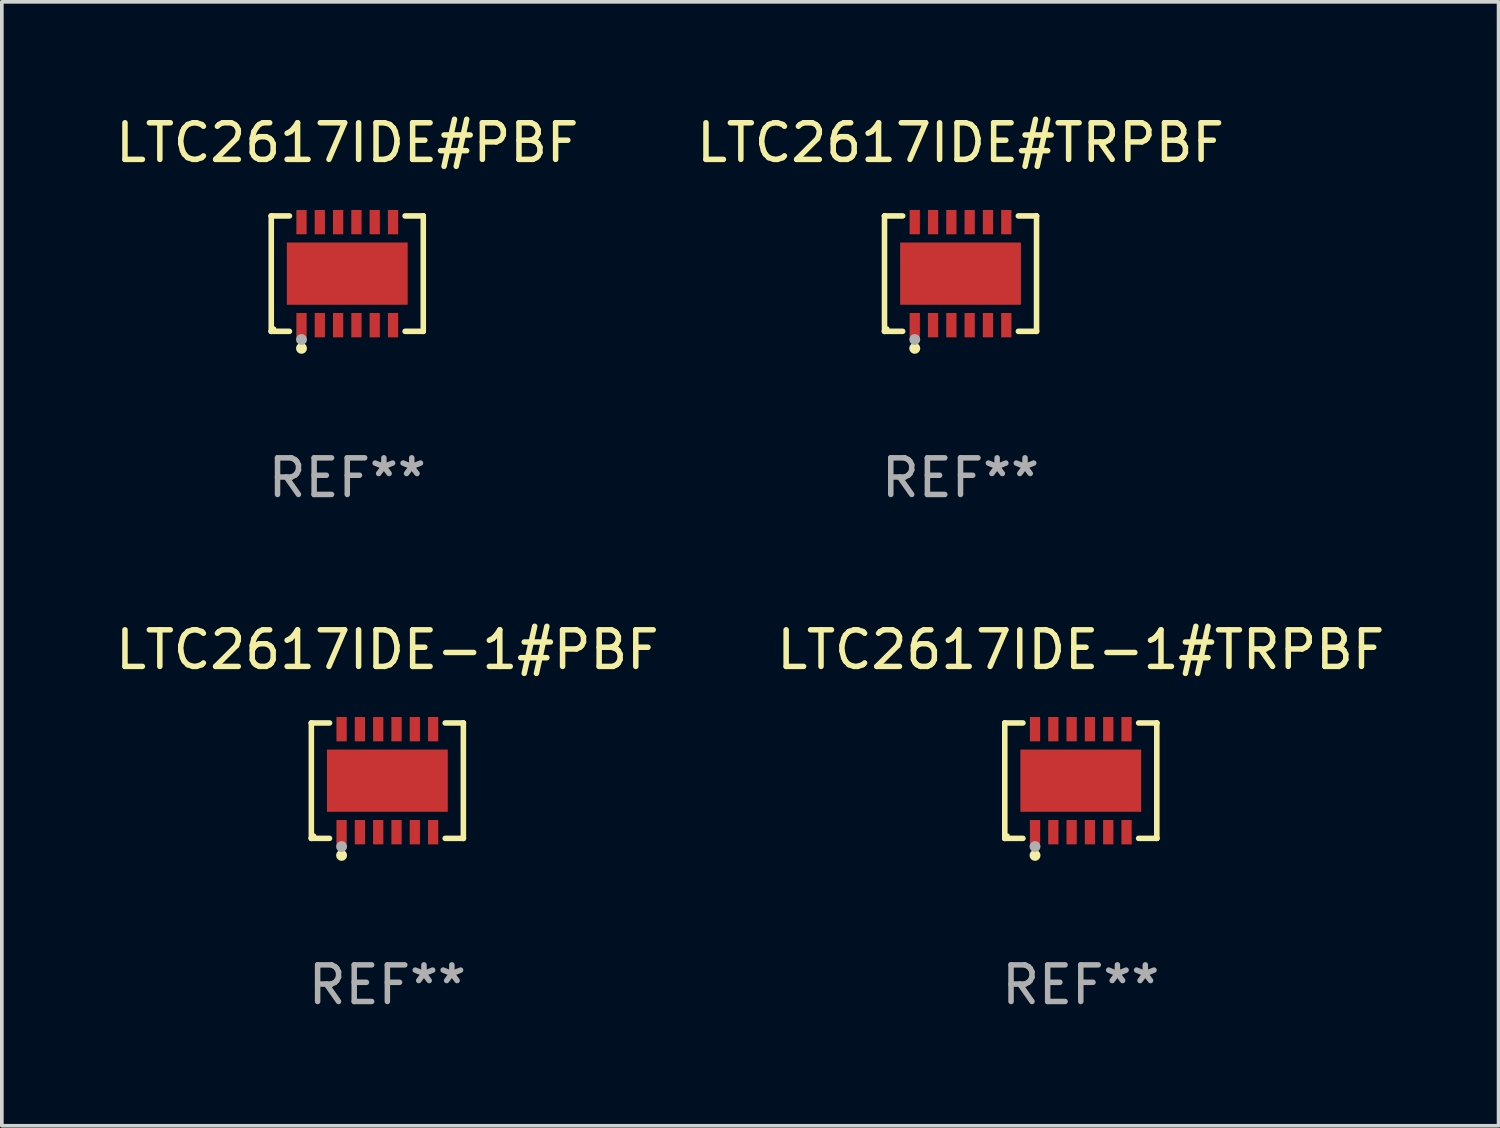
<source format=kicad_pcb>
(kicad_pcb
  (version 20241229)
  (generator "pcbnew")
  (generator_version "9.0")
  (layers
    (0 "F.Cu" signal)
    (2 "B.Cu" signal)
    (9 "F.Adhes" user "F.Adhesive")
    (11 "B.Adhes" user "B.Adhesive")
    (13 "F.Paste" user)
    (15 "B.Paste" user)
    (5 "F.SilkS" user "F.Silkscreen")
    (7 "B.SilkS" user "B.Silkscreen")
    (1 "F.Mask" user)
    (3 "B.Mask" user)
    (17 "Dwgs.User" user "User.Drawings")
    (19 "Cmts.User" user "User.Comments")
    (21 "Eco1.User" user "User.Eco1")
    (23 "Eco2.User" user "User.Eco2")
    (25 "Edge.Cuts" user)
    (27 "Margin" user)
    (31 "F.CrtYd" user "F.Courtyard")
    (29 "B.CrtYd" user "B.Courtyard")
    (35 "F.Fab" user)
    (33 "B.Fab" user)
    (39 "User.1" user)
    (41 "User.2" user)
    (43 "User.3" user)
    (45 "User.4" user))
  (footprint "LTC2617IDE#PBF"
    (layer "F.Cu")
    (at 6.435 4.424)
    (property "Reference" "LTC2617IDE#PBF" (at 0 -3.576 0) (layer "F.SilkS") (effects (font (size 1 1) (thickness 0.15))))
    (attr through_hole)
    (fp_line (start -2.076 -1.576) (end -2.076 -1.576) (stroke (width 0.152) (type solid)) (layer "F.SilkS"))
    (fp_line (start -2.076 -1.576) (end -1.58 -1.576) (stroke (width 0.152) (type solid)) (layer "F.SilkS"))
    (fp_line (start -2.076 1.576) (end -2.076 -1.576) (stroke (width 0.152) (type solid)) (layer "F.SilkS"))
    (fp_line (start -2.076 1.576) (end -2.076 1.576) (stroke (width 0.152) (type solid)) (layer "F.SilkS"))
    (fp_line (start -1.58 1.576) (end -2.076 1.576) (stroke (width 0.152) (type solid)) (layer "F.SilkS"))
    (fp_line (start 1.58 1.576) (end 2.076 1.576) (stroke (width 0.152) (type solid)) (layer "F.SilkS"))
    (fp_line (start 2.076 -1.576) (end 1.58 -1.576) (stroke (width 0.152) (type solid)) (layer "F.SilkS"))
    (fp_line (start 2.076 -1.576) (end 2.076 -1.576) (stroke (width 0.152) (type solid)) (layer "F.SilkS"))
    (fp_line (start 2.076 1.576) (end 2.076 -1.576) (stroke (width 0.152) (type solid)) (layer "F.SilkS"))
    (fp_line (start 2.076 1.576) (end 2.076 1.576) (stroke (width 0.152) (type solid)) (layer "F.SilkS"))
    (fp_circle (center -2 1.5) (end -1.97 1.5) (stroke (width 0.06) (type solid)) (fill no) (layer "F.SilkS"))
    (fp_circle (center -1.25 2.04) (end -1.175 2.04) (stroke (width 0.15) (type solid)) (fill no) (layer "F.SilkS"))
    (fp_circle (center -1.25 1.8) (end -1.175 1.8) (stroke (width 0.15) (type solid)) (fill no) (layer "F.Fab"))
    (fp_text user "REF**" (at 0 5.576 0) (layer "F.Fab") (effects (font (size 1 1) (thickness 0.15))))
    (pad "1" smd rect (at -1.25 1.407) (size 0.28 0.665) (layers "F.Cu" "F.Mask" "F.Paste"))
    (pad "2" smd rect (at -0.75 1.407) (size 0.28 0.665) (layers "F.Cu" "F.Mask" "F.Paste"))
    (pad "3" smd rect (at -0.25 1.407) (size 0.28 0.665) (layers "F.Cu" "F.Mask" "F.Paste"))
    (pad "4" smd rect (at 0.25 1.407) (size 0.28 0.665) (layers "F.Cu" "F.Mask" "F.Paste"))
    (pad "5" smd rect (at 0.75 1.407) (size 0.28 0.665) (layers "F.Cu" "F.Mask" "F.Paste"))
    (pad "6" smd rect (at 1.25 1.407) (size 0.28 0.665) (layers "F.Cu" "F.Mask" "F.Paste"))
    (pad "7" smd rect (at 1.25 -1.407) (size 0.28 0.665) (layers "F.Cu" "F.Mask" "F.Paste"))
    (pad "8" smd rect (at 0.75 -1.407) (size 0.28 0.665) (layers "F.Cu" "F.Mask" "F.Paste"))
    (pad "9" smd rect (at 0.25 -1.407) (size 0.28 0.665) (layers "F.Cu" "F.Mask" "F.Paste"))
    (pad "10" smd rect (at -0.25 -1.407) (size 0.28 0.665) (layers "F.Cu" "F.Mask" "F.Paste"))
    (pad "11" smd rect (at -0.75 -1.407) (size 0.28 0.665) (layers "F.Cu" "F.Mask" "F.Paste"))
    (pad "12" smd rect (at -1.25 -1.407) (size 0.28 0.665) (layers "F.Cu" "F.Mask" "F.Paste"))
    (pad "13" smd rect (at 0 0) (size 3.3 1.7) (layers "F.Cu" "F.Mask" "F.Paste")))
  (footprint "LTC2617IDE-1#PBF"
    (layer "F.Cu")
    (at 7.53 18.273)
    (property "Reference" "LTC2617IDE-1#PBF" (at 0 -3.576 0) (layer "F.SilkS") (effects (font (size 1 1) (thickness 0.15))))
    (attr through_hole)
    (fp_line (start -2.076 -1.576) (end -2.076 -1.576) (stroke (width 0.152) (type solid)) (layer "F.SilkS"))
    (fp_line (start -2.076 -1.576) (end -1.58 -1.576) (stroke (width 0.152) (type solid)) (layer "F.SilkS"))
    (fp_line (start -2.076 1.576) (end -2.076 -1.576) (stroke (width 0.152) (type solid)) (layer "F.SilkS"))
    (fp_line (start -2.076 1.576) (end -2.076 1.576) (stroke (width 0.152) (type solid)) (layer "F.SilkS"))
    (fp_line (start -1.58 1.576) (end -2.076 1.576) (stroke (width 0.152) (type solid)) (layer "F.SilkS"))
    (fp_line (start 1.58 1.576) (end 2.076 1.576) (stroke (width 0.152) (type solid)) (layer "F.SilkS"))
    (fp_line (start 2.076 -1.576) (end 1.58 -1.576) (stroke (width 0.152) (type solid)) (layer "F.SilkS"))
    (fp_line (start 2.076 -1.576) (end 2.076 -1.576) (stroke (width 0.152) (type solid)) (layer "F.SilkS"))
    (fp_line (start 2.076 1.576) (end 2.076 -1.576) (stroke (width 0.152) (type solid)) (layer "F.SilkS"))
    (fp_line (start 2.076 1.576) (end 2.076 1.576) (stroke (width 0.152) (type solid)) (layer "F.SilkS"))
    (fp_circle (center -2 1.5) (end -1.97 1.5) (stroke (width 0.06) (type solid)) (fill no) (layer "F.SilkS"))
    (fp_circle (center -1.25 2.04) (end -1.175 2.04) (stroke (width 0.15) (type solid)) (fill no) (layer "F.SilkS"))
    (fp_circle (center -1.25 1.8) (end -1.175 1.8) (stroke (width 0.15) (type solid)) (fill no) (layer "F.Fab"))
    (fp_text user "REF**" (at 0 5.576 0) (layer "F.Fab") (effects (font (size 1 1) (thickness 0.15))))
    (pad "1" smd rect (at -1.25 1.407) (size 0.28 0.665) (layers "F.Cu" "F.Mask" "F.Paste"))
    (pad "2" smd rect (at -0.75 1.407) (size 0.28 0.665) (layers "F.Cu" "F.Mask" "F.Paste"))
    (pad "3" smd rect (at -0.25 1.407) (size 0.28 0.665) (layers "F.Cu" "F.Mask" "F.Paste"))
    (pad "4" smd rect (at 0.25 1.407) (size 0.28 0.665) (layers "F.Cu" "F.Mask" "F.Paste"))
    (pad "5" smd rect (at 0.75 1.407) (size 0.28 0.665) (layers "F.Cu" "F.Mask" "F.Paste"))
    (pad "6" smd rect (at 1.25 1.407) (size 0.28 0.665) (layers "F.Cu" "F.Mask" "F.Paste"))
    (pad "7" smd rect (at 1.25 -1.407) (size 0.28 0.665) (layers "F.Cu" "F.Mask" "F.Paste"))
    (pad "8" smd rect (at 0.75 -1.407) (size 0.28 0.665) (layers "F.Cu" "F.Mask" "F.Paste"))
    (pad "9" smd rect (at 0.25 -1.407) (size 0.28 0.665) (layers "F.Cu" "F.Mask" "F.Paste"))
    (pad "10" smd rect (at -0.25 -1.407) (size 0.28 0.665) (layers "F.Cu" "F.Mask" "F.Paste"))
    (pad "11" smd rect (at -0.75 -1.407) (size 0.28 0.665) (layers "F.Cu" "F.Mask" "F.Paste"))
    (pad "12" smd rect (at -1.25 -1.407) (size 0.28 0.665) (layers "F.Cu" "F.Mask" "F.Paste"))
    (pad "13" smd rect (at 0 0) (size 3.3 1.7) (layers "F.Cu" "F.Mask" "F.Paste")))
  (footprint "LTC2617IDE-1#TRPBF"
    (layer "F.Cu")
    (at 26.47 18.273)
    (property "Reference" "LTC2617IDE-1#TRPBF" (at 0 -3.576 0) (layer "F.SilkS") (effects (font (size 1 1) (thickness 0.15))))
    (attr through_hole)
    (fp_line (start -2.076 -1.576) (end -2.076 -1.576) (stroke (width 0.152) (type solid)) (layer "F.SilkS"))
    (fp_line (start -2.076 -1.576) (end -1.58 -1.576) (stroke (width 0.152) (type solid)) (layer "F.SilkS"))
    (fp_line (start -2.076 1.576) (end -2.076 -1.576) (stroke (width 0.152) (type solid)) (layer "F.SilkS"))
    (fp_line (start -2.076 1.576) (end -2.076 1.576) (stroke (width 0.152) (type solid)) (layer "F.SilkS"))
    (fp_line (start -1.58 1.576) (end -2.076 1.576) (stroke (width 0.152) (type solid)) (layer "F.SilkS"))
    (fp_line (start 1.58 1.576) (end 2.076 1.576) (stroke (width 0.152) (type solid)) (layer "F.SilkS"))
    (fp_line (start 2.076 -1.576) (end 1.58 -1.576) (stroke (width 0.152) (type solid)) (layer "F.SilkS"))
    (fp_line (start 2.076 -1.576) (end 2.076 -1.576) (stroke (width 0.152) (type solid)) (layer "F.SilkS"))
    (fp_line (start 2.076 1.576) (end 2.076 -1.576) (stroke (width 0.152) (type solid)) (layer "F.SilkS"))
    (fp_line (start 2.076 1.576) (end 2.076 1.576) (stroke (width 0.152) (type solid)) (layer "F.SilkS"))
    (fp_circle (center -2 1.5) (end -1.97 1.5) (stroke (width 0.06) (type solid)) (fill no) (layer "F.SilkS"))
    (fp_circle (center -1.25 2.04) (end -1.175 2.04) (stroke (width 0.15) (type solid)) (fill no) (layer "F.SilkS"))
    (fp_circle (center -1.25 1.8) (end -1.175 1.8) (stroke (width 0.15) (type solid)) (fill no) (layer "F.Fab"))
    (fp_text user "REF**" (at 0 5.576 0) (layer "F.Fab") (effects (font (size 1 1) (thickness 0.15))))
    (pad "1" smd rect (at -1.25 1.407) (size 0.28 0.665) (layers "F.Cu" "F.Mask" "F.Paste"))
    (pad "2" smd rect (at -0.75 1.407) (size 0.28 0.665) (layers "F.Cu" "F.Mask" "F.Paste"))
    (pad "3" smd rect (at -0.25 1.407) (size 0.28 0.665) (layers "F.Cu" "F.Mask" "F.Paste"))
    (pad "4" smd rect (at 0.25 1.407) (size 0.28 0.665) (layers "F.Cu" "F.Mask" "F.Paste"))
    (pad "5" smd rect (at 0.75 1.407) (size 0.28 0.665) (layers "F.Cu" "F.Mask" "F.Paste"))
    (pad "6" smd rect (at 1.25 1.407) (size 0.28 0.665) (layers "F.Cu" "F.Mask" "F.Paste"))
    (pad "7" smd rect (at 1.25 -1.407) (size 0.28 0.665) (layers "F.Cu" "F.Mask" "F.Paste"))
    (pad "8" smd rect (at 0.75 -1.407) (size 0.28 0.665) (layers "F.Cu" "F.Mask" "F.Paste"))
    (pad "9" smd rect (at 0.25 -1.407) (size 0.28 0.665) (layers "F.Cu" "F.Mask" "F.Paste"))
    (pad "10" smd rect (at -0.25 -1.407) (size 0.28 0.665) (layers "F.Cu" "F.Mask" "F.Paste"))
    (pad "11" smd rect (at -0.75 -1.407) (size 0.28 0.665) (layers "F.Cu" "F.Mask" "F.Paste"))
    (pad "12" smd rect (at -1.25 -1.407) (size 0.28 0.665) (layers "F.Cu" "F.Mask" "F.Paste"))
    (pad "13" smd rect (at 0 0) (size 3.3 1.7) (layers "F.Cu" "F.Mask" "F.Paste")))
  (footprint "LTC2617IDE#TRPBF"
    (layer "F.Cu")
    (at 23.185 4.424)
    (property "Reference" "LTC2617IDE#TRPBF" (at 0 -3.576 0) (layer "F.SilkS") (effects (font (size 1 1) (thickness 0.15))))
    (attr through_hole)
    (fp_line (start -2.076 -1.576) (end -2.076 -1.576) (stroke (width 0.152) (type solid)) (layer "F.SilkS"))
    (fp_line (start -2.076 -1.576) (end -1.58 -1.576) (stroke (width 0.152) (type solid)) (layer "F.SilkS"))
    (fp_line (start -2.076 1.576) (end -2.076 -1.576) (stroke (width 0.152) (type solid)) (layer "F.SilkS"))
    (fp_line (start -2.076 1.576) (end -2.076 1.576) (stroke (width 0.152) (type solid)) (layer "F.SilkS"))
    (fp_line (start -1.58 1.576) (end -2.076 1.576) (stroke (width 0.152) (type solid)) (layer "F.SilkS"))
    (fp_line (start 1.58 1.576) (end 2.076 1.576) (stroke (width 0.152) (type solid)) (layer "F.SilkS"))
    (fp_line (start 2.076 -1.576) (end 1.58 -1.576) (stroke (width 0.152) (type solid)) (layer "F.SilkS"))
    (fp_line (start 2.076 -1.576) (end 2.076 -1.576) (stroke (width 0.152) (type solid)) (layer "F.SilkS"))
    (fp_line (start 2.076 1.576) (end 2.076 -1.576) (stroke (width 0.152) (type solid)) (layer "F.SilkS"))
    (fp_line (start 2.076 1.576) (end 2.076 1.576) (stroke (width 0.152) (type solid)) (layer "F.SilkS"))
    (fp_circle (center -2 1.5) (end -1.97 1.5) (stroke (width 0.06) (type solid)) (fill no) (layer "F.SilkS"))
    (fp_circle (center -1.25 2.04) (end -1.175 2.04) (stroke (width 0.15) (type solid)) (fill no) (layer "F.SilkS"))
    (fp_circle (center -1.25 1.8) (end -1.175 1.8) (stroke (width 0.15) (type solid)) (fill no) (layer "F.Fab"))
    (fp_text user "REF**" (at 0 5.576 0) (layer "F.Fab") (effects (font (size 1 1) (thickness 0.15))))
    (pad "1" smd rect (at -1.25 1.407) (size 0.28 0.665) (layers "F.Cu" "F.Mask" "F.Paste"))
    (pad "2" smd rect (at -0.75 1.407) (size 0.28 0.665) (layers "F.Cu" "F.Mask" "F.Paste"))
    (pad "3" smd rect (at -0.25 1.407) (size 0.28 0.665) (layers "F.Cu" "F.Mask" "F.Paste"))
    (pad "4" smd rect (at 0.25 1.407) (size 0.28 0.665) (layers "F.Cu" "F.Mask" "F.Paste"))
    (pad "5" smd rect (at 0.75 1.407) (size 0.28 0.665) (layers "F.Cu" "F.Mask" "F.Paste"))
    (pad "6" smd rect (at 1.25 1.407) (size 0.28 0.665) (layers "F.Cu" "F.Mask" "F.Paste"))
    (pad "7" smd rect (at 1.25 -1.407) (size 0.28 0.665) (layers "F.Cu" "F.Mask" "F.Paste"))
    (pad "8" smd rect (at 0.75 -1.407) (size 0.28 0.665) (layers "F.Cu" "F.Mask" "F.Paste"))
    (pad "9" smd rect (at 0.25 -1.407) (size 0.28 0.665) (layers "F.Cu" "F.Mask" "F.Paste"))
    (pad "10" smd rect (at -0.25 -1.407) (size 0.28 0.665) (layers "F.Cu" "F.Mask" "F.Paste"))
    (pad "11" smd rect (at -0.75 -1.407) (size 0.28 0.665) (layers "F.Cu" "F.Mask" "F.Paste"))
    (pad "12" smd rect (at -1.25 -1.407) (size 0.28 0.665) (layers "F.Cu" "F.Mask" "F.Paste"))
    (pad "13" smd rect (at 0 0) (size 3.3 1.7) (layers "F.Cu" "F.Mask" "F.Paste")))
  (gr_rect
    (start -3 -3)
    (end 37.881 27.698)
    (stroke (width 0.1) (type default))
    (fill no)
    (layer "Edge.Cuts")))
</source>
